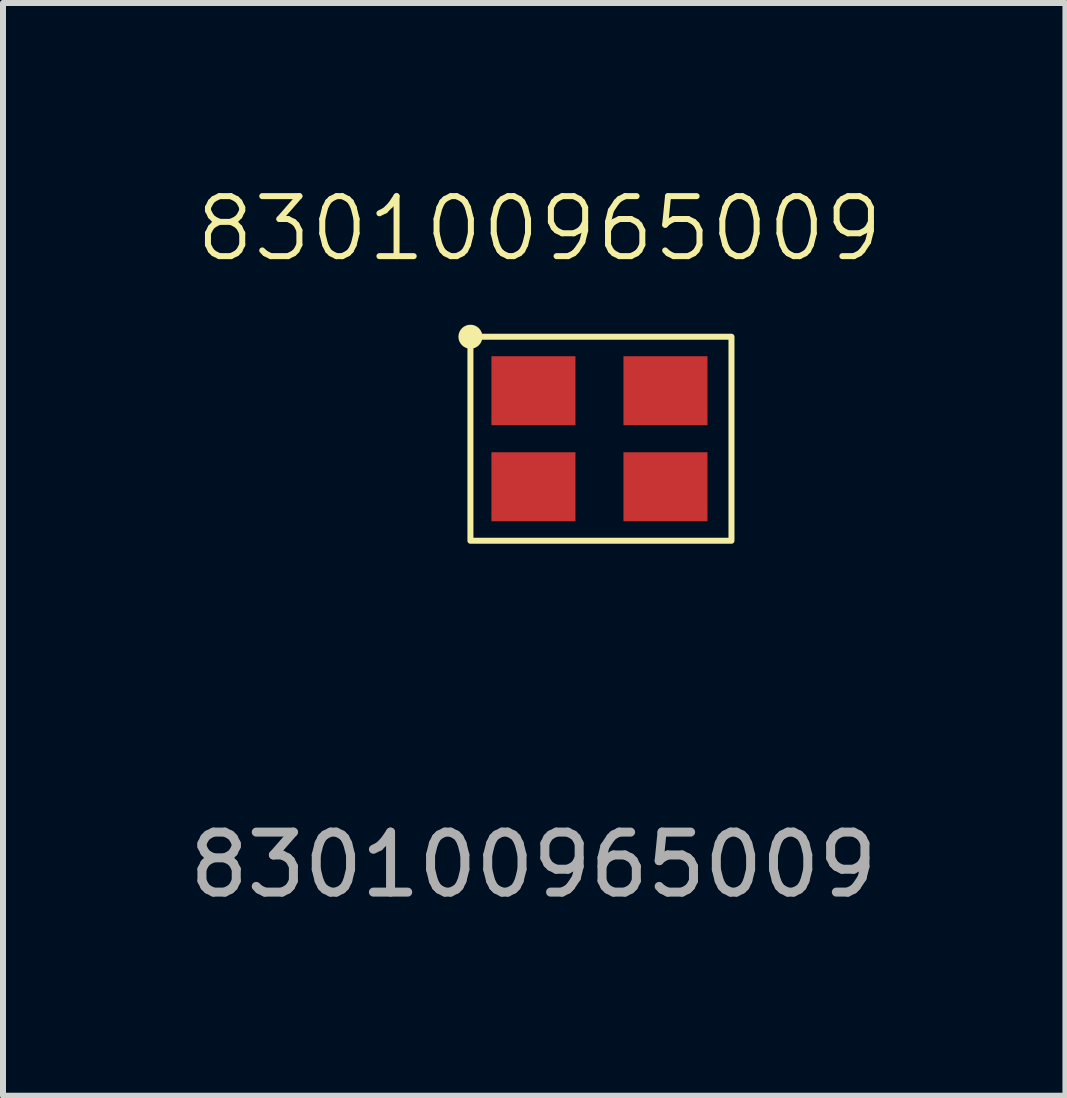
<source format=kicad_pcb>
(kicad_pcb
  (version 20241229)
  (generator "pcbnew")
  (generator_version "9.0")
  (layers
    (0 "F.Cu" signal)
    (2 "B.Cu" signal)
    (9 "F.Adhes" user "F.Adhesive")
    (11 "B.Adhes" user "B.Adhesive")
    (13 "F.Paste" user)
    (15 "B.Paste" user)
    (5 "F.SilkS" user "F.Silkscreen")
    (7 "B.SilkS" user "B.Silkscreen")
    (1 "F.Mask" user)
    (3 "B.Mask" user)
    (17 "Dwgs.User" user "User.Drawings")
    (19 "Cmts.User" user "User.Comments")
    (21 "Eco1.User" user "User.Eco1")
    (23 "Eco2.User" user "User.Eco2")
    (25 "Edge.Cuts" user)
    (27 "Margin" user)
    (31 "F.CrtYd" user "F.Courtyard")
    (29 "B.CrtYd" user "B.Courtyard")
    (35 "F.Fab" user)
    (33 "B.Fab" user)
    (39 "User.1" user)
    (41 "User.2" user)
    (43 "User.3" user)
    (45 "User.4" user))
  (footprint "830100965009"
    (layer "F.Cu")
    (at 5.839 3.461)
    (property "Reference" "830100965009" (at 0.1 -2.7 0) (unlocked yes) (layer "F.SilkS") (effects (font (size 1 1) (thickness 0.1))))
    (attr smd)
    (fp_rect (start -1.05 -0.9) (end 3.3 2.5) (stroke (width 0.1) (type default)) (fill no) (layer "F.SilkS"))
    (fp_circle (center -1.05 -0.9) (end -0.9 -0.9) (stroke (width 0.1) (type solid)) (fill yes) (layer "F.SilkS"))
    (fp_text user "${REFERENCE}" (at 0 7.9 0) (unlocked yes) (layer "F.Fab") (effects (font (size 1 1) (thickness 0.15))))
    (pad "1" smd rect (at 0 0) (size 1.4 1.15) (layers "F.Cu" "F.Mask" "F.Paste"))
    (pad "2" smd rect (at 2.2 0) (size 1.4 1.15) (layers "F.Cu" "F.Mask" "F.Paste"))
    (pad "3" smd rect (at 2.2 1.6) (size 1.4 1.15) (layers "F.Cu" "F.Mask" "F.Paste"))
    (pad "4" smd rect (at 0 1.6) (size 1.4 1.15) (layers "F.Cu" "F.Mask" "F.Paste")))
  (gr_rect
    (start -3 -3)
    (end 14.704 15.209)
    (stroke (width 0.1) (type default))
    (fill no)
    (layer "Edge.Cuts")))
</source>
